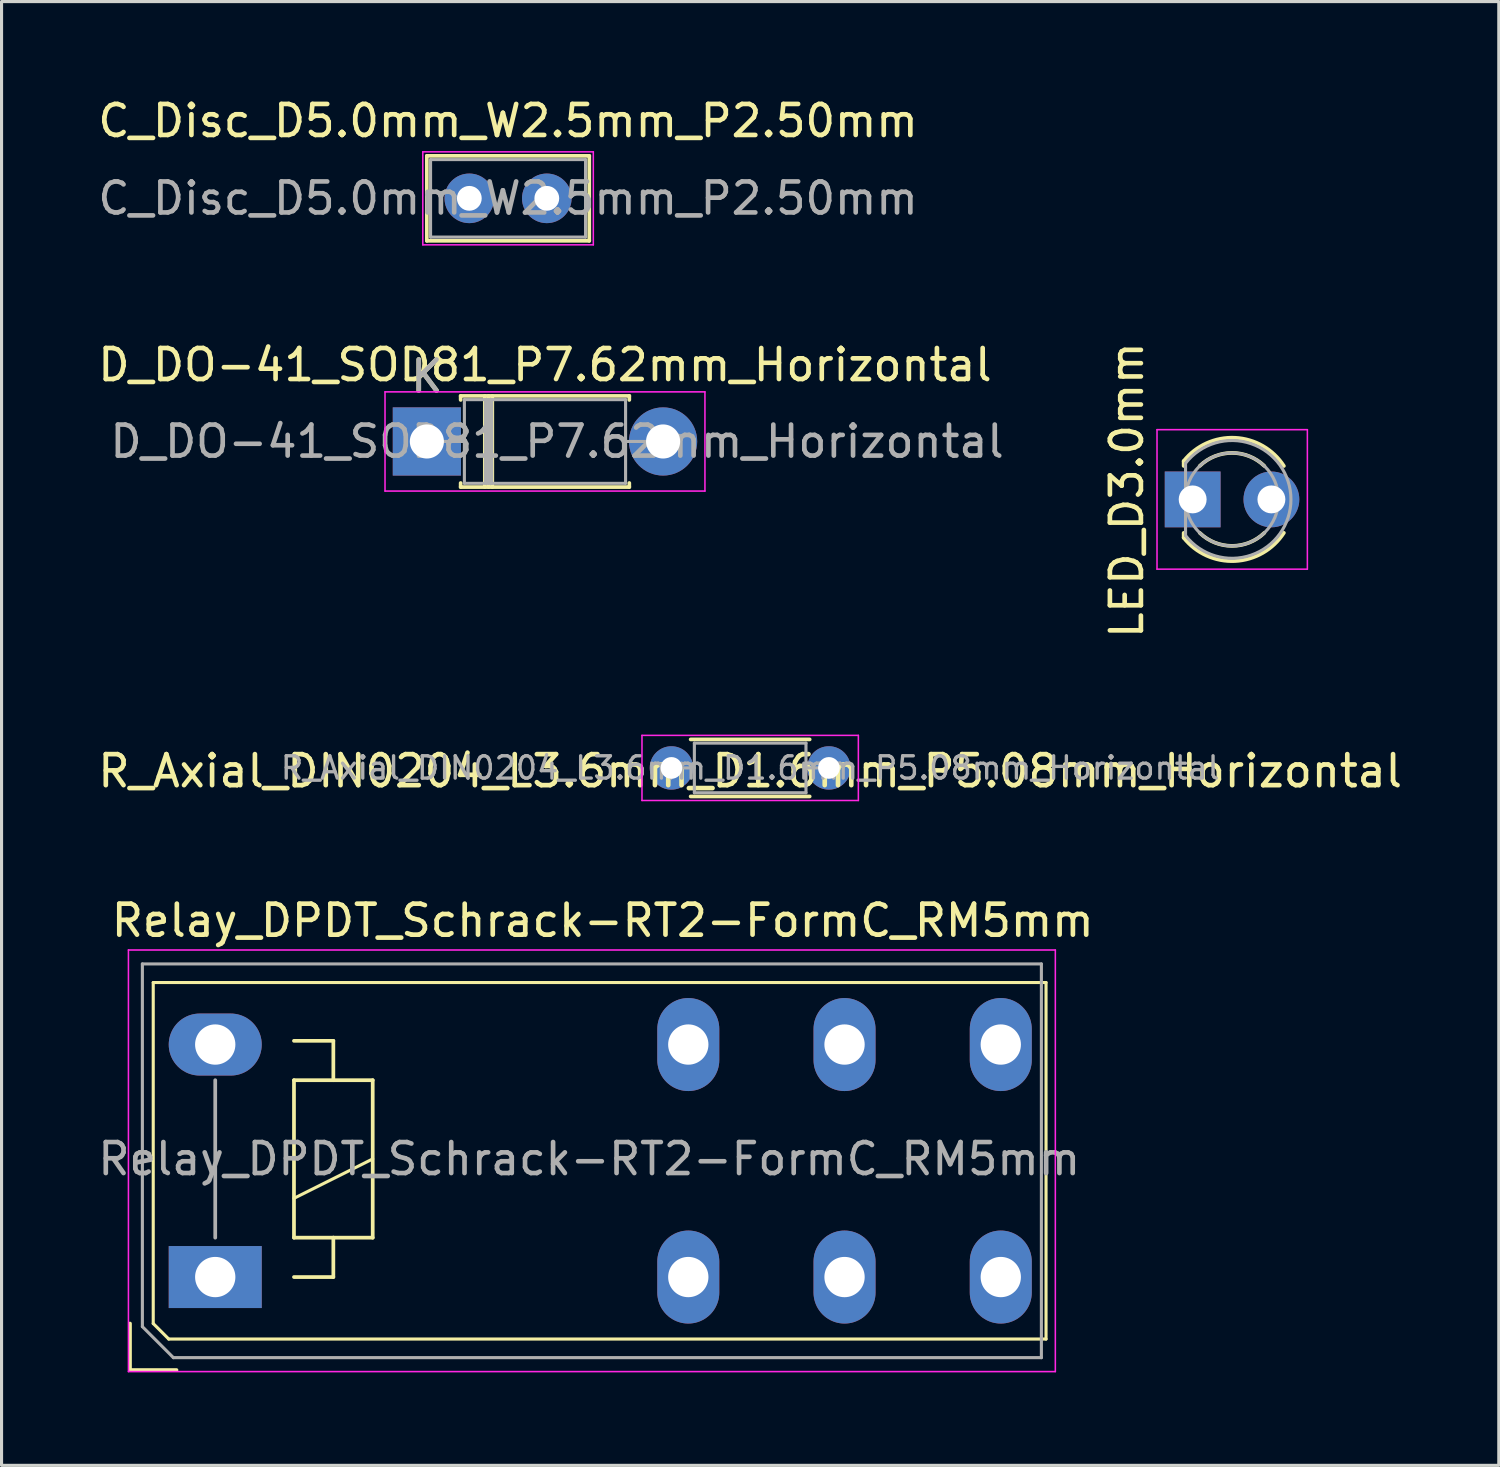
<source format=kicad_pcb>
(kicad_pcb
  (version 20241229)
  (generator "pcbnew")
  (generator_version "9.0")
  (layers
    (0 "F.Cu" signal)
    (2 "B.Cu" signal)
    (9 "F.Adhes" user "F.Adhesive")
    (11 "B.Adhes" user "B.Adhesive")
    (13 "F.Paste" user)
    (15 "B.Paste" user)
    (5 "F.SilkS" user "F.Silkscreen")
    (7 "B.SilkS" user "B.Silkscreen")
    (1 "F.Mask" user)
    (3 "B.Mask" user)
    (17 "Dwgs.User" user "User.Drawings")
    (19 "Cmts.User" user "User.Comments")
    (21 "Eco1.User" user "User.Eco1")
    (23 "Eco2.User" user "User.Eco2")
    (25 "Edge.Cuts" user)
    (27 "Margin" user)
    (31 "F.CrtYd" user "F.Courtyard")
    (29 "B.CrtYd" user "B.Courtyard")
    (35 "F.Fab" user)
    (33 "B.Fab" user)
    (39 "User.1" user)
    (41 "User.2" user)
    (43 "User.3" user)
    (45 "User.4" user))
  (footprint "C_Disc_D5.0mm_W2.5mm_P2.50mm"
    (layer "F.Cu")
    (at 12.089 3.348)
    (property "Reference" "C_Disc_D5.0mm_W2.5mm_P2.50mm" (at 1.25 -2.5 0) (layer "F.SilkS") (effects (font (size 1 1) (thickness 0.15))))
    (attr through_hole)
    (fp_line (start -1.37 -1.37) (end -1.37 1.37) (stroke (width 0.12) (type solid)) (layer "F.SilkS"))
    (fp_line (start -1.37 -1.37) (end 3.87 -1.37) (stroke (width 0.12) (type solid)) (layer "F.SilkS"))
    (fp_line (start -1.37 1.37) (end 3.87 1.37) (stroke (width 0.12) (type solid)) (layer "F.SilkS"))
    (fp_line (start 3.87 -1.37) (end 3.87 1.37) (stroke (width 0.12) (type solid)) (layer "F.SilkS"))
    (fp_line (start -1.5 -1.5) (end -1.5 1.5) (stroke (width 0.05) (type solid)) (layer "F.CrtYd"))
    (fp_line (start -1.5 1.5) (end 4 1.5) (stroke (width 0.05) (type solid)) (layer "F.CrtYd"))
    (fp_line (start 4 -1.5) (end -1.5 -1.5) (stroke (width 0.05) (type solid)) (layer "F.CrtYd"))
    (fp_line (start 4 1.5) (end 4 -1.5) (stroke (width 0.05) (type solid)) (layer "F.CrtYd"))
    (fp_line (start -1.25 -1.25) (end -1.25 1.25) (stroke (width 0.1) (type solid)) (layer "F.Fab"))
    (fp_line (start -1.25 1.25) (end 3.75 1.25) (stroke (width 0.1) (type solid)) (layer "F.Fab"))
    (fp_line (start 3.75 -1.25) (end -1.25 -1.25) (stroke (width 0.1) (type solid)) (layer "F.Fab"))
    (fp_line (start 3.75 1.25) (end 3.75 -1.25) (stroke (width 0.1) (type solid)) (layer "F.Fab"))
    (fp_text user "${REFERENCE}" (at 1.25 0 0) (layer "F.Fab") (effects (font (size 1 1) (thickness 0.15))))
    (pad "1" thru_hole circle (at 0 0 180) (size 1.6 1.6) (drill 0.8) (layers "*.Cu" "*.Mask"))
    (pad "2" thru_hole circle (at 2.5 0 180) (size 1.6 1.6) (drill 0.8) (layers "*.Cu" "*.Mask")))
  (footprint "D_DO-41_SOD81_P7.62mm_Horizontal"
    (layer "F.Cu")
    (at 10.72 11.191)
    (property "Reference" "D_DO-41_SOD81_P7.62mm_Horizontal" (at 3.81 -2.47 0) (layer "F.SilkS") (effects (font (size 1 1) (thickness 0.15))))
    (attr through_hole)
    (fp_line (start 1.09 -1.47) (end 6.53 -1.47) (stroke (width 0.12) (type solid)) (layer "F.SilkS"))
    (fp_line (start 1.09 -1.34) (end 1.09 -1.47) (stroke (width 0.12) (type solid)) (layer "F.SilkS"))
    (fp_line (start 1.09 1.34) (end 1.09 1.47) (stroke (width 0.12) (type solid)) (layer "F.SilkS"))
    (fp_line (start 1.09 1.47) (end 6.53 1.47) (stroke (width 0.12) (type solid)) (layer "F.SilkS"))
    (fp_line (start 1.87 -1.47) (end 1.87 1.47) (stroke (width 0.12) (type solid)) (layer "F.SilkS"))
    (fp_line (start 1.99 -1.47) (end 1.99 1.47) (stroke (width 0.12) (type solid)) (layer "F.SilkS"))
    (fp_line (start 2.11 -1.47) (end 2.11 1.47) (stroke (width 0.12) (type solid)) (layer "F.SilkS"))
    (fp_line (start 6.53 -1.47) (end 6.53 -1.34) (stroke (width 0.12) (type solid)) (layer "F.SilkS"))
    (fp_line (start 6.53 1.47) (end 6.53 1.34) (stroke (width 0.12) (type solid)) (layer "F.SilkS"))
    (fp_line (start -1.35 -1.6) (end -1.35 1.6) (stroke (width 0.05) (type solid)) (layer "F.CrtYd"))
    (fp_line (start -1.35 1.6) (end 8.97 1.6) (stroke (width 0.05) (type solid)) (layer "F.CrtYd"))
    (fp_line (start 8.97 -1.6) (end -1.35 -1.6) (stroke (width 0.05) (type solid)) (layer "F.CrtYd"))
    (fp_line (start 8.97 1.6) (end 8.97 -1.6) (stroke (width 0.05) (type solid)) (layer "F.CrtYd"))
    (fp_line (start 0 0) (end 1.21 0) (stroke (width 0.1) (type solid)) (layer "F.Fab"))
    (fp_line (start 1.21 -1.35) (end 1.21 1.35) (stroke (width 0.1) (type solid)) (layer "F.Fab"))
    (fp_line (start 1.21 1.35) (end 6.41 1.35) (stroke (width 0.1) (type solid)) (layer "F.Fab"))
    (fp_line (start 1.89 -1.35) (end 1.89 1.35) (stroke (width 0.1) (type solid)) (layer "F.Fab"))
    (fp_line (start 1.99 -1.35) (end 1.99 1.35) (stroke (width 0.1) (type solid)) (layer "F.Fab"))
    (fp_line (start 2.09 -1.35) (end 2.09 1.35) (stroke (width 0.1) (type solid)) (layer "F.Fab"))
    (fp_line (start 6.41 -1.35) (end 1.21 -1.35) (stroke (width 0.1) (type solid)) (layer "F.Fab"))
    (fp_line (start 6.41 1.35) (end 6.41 -1.35) (stroke (width 0.1) (type solid)) (layer "F.Fab"))
    (fp_line (start 7.62 0) (end 6.41 0) (stroke (width 0.1) (type solid)) (layer "F.Fab"))
    (fp_text user "K" (at 0 -2.1 0) (layer "F.SilkS") (effects (font (size 1 1) (thickness 0.15))))
    (fp_text user "${REFERENCE}" (at 4.2 0 0) (layer "F.Fab") (effects (font (size 1 1) (thickness 0.15))))
    (fp_text user "K" (at 0 -2.1 0) (layer "F.Fab") (effects (font (size 1 1) (thickness 0.15))))
    (pad "1" thru_hole rect (at 0 0 180) (size 2.2 2.2) (drill 1.1) (layers "*.Cu" "*.Mask"))
    (pad "2" thru_hole oval (at 7.62 0 180) (size 2.2 2.2) (drill 1.1) (layers "*.Cu" "*.Mask")))
  (footprint "LED_D3.0mm"
    (layer "F.Cu")
    (at 35.423 13.06)
    (property "Reference" "LED_D3.0mm" (at -2.125 -0.3 90) (layer "F.SilkS") (effects (font (size 1 1) (thickness 0.15))))
    (attr through_hole)
    (fp_line (start -0.29 -1.236) (end -0.29 -1.08) (stroke (width 0.12) (type solid)) (layer "F.SilkS"))
    (fp_line (start -0.29 1.08) (end -0.29 1.236) (stroke (width 0.12) (type solid)) (layer "F.SilkS"))
    (fp_arc (start -0.29 -1.235516) (mid 1.366487 -1.987659) (end 2.942335 -1.078608) (stroke (width 0.12) (type solid)) (layer "F.SilkS"))
    (fp_arc (start 0.229039 -1.08) (mid 1.270117 -1.5) (end 2.31113 -1.079837) (stroke (width 0.12) (type solid)) (layer "F.SilkS"))
    (fp_arc (start 2.31113 1.079837) (mid 1.270117 1.5) (end 0.229039 1.08) (stroke (width 0.12) (type solid)) (layer "F.SilkS"))
    (fp_arc (start 2.942335 1.078608) (mid 1.366487 1.987659) (end -0.29 1.235516) (stroke (width 0.12) (type solid)) (layer "F.SilkS"))
    (fp_line (start -1.15 -2.25) (end -1.15 2.25) (stroke (width 0.05) (type solid)) (layer "F.CrtYd"))
    (fp_line (start -1.15 2.25) (end 3.7 2.25) (stroke (width 0.05) (type solid)) (layer "F.CrtYd"))
    (fp_line (start 3.7 -2.25) (end -1.15 -2.25) (stroke (width 0.05) (type solid)) (layer "F.CrtYd"))
    (fp_line (start 3.7 2.25) (end 3.7 -2.25) (stroke (width 0.05) (type solid)) (layer "F.CrtYd"))
    (fp_line (start -0.23 -1.166) (end -0.23 1.166) (stroke (width 0.1) (type solid)) (layer "F.Fab"))
    (fp_arc (start -0.23 -1.16619) (mid 3.17 0.000452) (end -0.230555 1.165476) (stroke (width 0.1) (type solid)) (layer "F.Fab"))
    (fp_circle (center 1.27 0) (end 2.77 0) (stroke (width 0.1) (type solid)) (fill no) (layer "F.Fab"))
    (pad "1" thru_hole rect (at 0 0) (size 1.8 1.8) (drill 0.9) (layers "*.Cu" "*.Mask"))
    (pad "2" thru_hole circle (at 2.54 0) (size 1.8 1.8) (drill 0.9) (layers "*.Cu" "*.Mask")))
  (footprint "R_Axial_DIN0204_L3.6mm_D1.6mm_P5.08mm_Horizontal"
    (layer "F.Cu")
    (at 18.609 21.722)
    (property "Reference" "R_Axial_DIN0204_L3.6mm_D1.6mm_P5.08mm_Horizontal" (at 2.54 0.1 180) (layer "F.SilkS") (effects (font (size 1 1) (thickness 0.15))))
    (attr through_hole)
    (fp_line (start 0.62 -0.92) (end 4.46 -0.92) (stroke (width 0.12) (type solid)) (layer "F.SilkS"))
    (fp_line (start 0.62 0.92) (end 4.46 0.92) (stroke (width 0.12) (type solid)) (layer "F.SilkS"))
    (fp_line (start -0.95 -1.05) (end -0.95 1.05) (stroke (width 0.05) (type solid)) (layer "F.CrtYd"))
    (fp_line (start -0.95 1.05) (end 6.03 1.05) (stroke (width 0.05) (type solid)) (layer "F.CrtYd"))
    (fp_line (start 6.03 -1.05) (end -0.95 -1.05) (stroke (width 0.05) (type solid)) (layer "F.CrtYd"))
    (fp_line (start 6.03 1.05) (end 6.03 -1.05) (stroke (width 0.05) (type solid)) (layer "F.CrtYd"))
    (fp_line (start 0 0) (end 0.74 0) (stroke (width 0.1) (type solid)) (layer "F.Fab"))
    (fp_line (start 0.74 -0.8) (end 0.74 0.8) (stroke (width 0.1) (type solid)) (layer "F.Fab"))
    (fp_line (start 0.74 0.8) (end 4.34 0.8) (stroke (width 0.1) (type solid)) (layer "F.Fab"))
    (fp_line (start 4.34 -0.8) (end 0.74 -0.8) (stroke (width 0.1) (type solid)) (layer "F.Fab"))
    (fp_line (start 4.34 0.8) (end 4.34 -0.8) (stroke (width 0.1) (type solid)) (layer "F.Fab"))
    (fp_line (start 5.08 0) (end 4.34 0) (stroke (width 0.1) (type solid)) (layer "F.Fab"))
    (fp_text user "${REFERENCE}" (at 2.54 0 180) (layer "F.Fab") (effects (font (size 0.72 0.72) (thickness 0.108))))
    (pad "1" thru_hole circle (at 0 0) (size 1.4 1.4) (drill 0.7) (layers "*.Cu" "*.Mask"))
    (pad "2" thru_hole oval (at 5.08 0) (size 1.4 1.4) (drill 0.7) (layers "*.Cu" "*.Mask")))
  (footprint "Relay_DPDT_Schrack-RT2-FormC_RM5mm"
    (layer "F.Cu")
    (at 3.893 38.145)
    (property "Reference" "Relay_DPDT_Schrack-RT2-FormC_RM5mm" (at 12.5 -11.5 0) (layer "F.SilkS") (effects (font (size 1 1) (thickness 0.15))))
    (attr through_hole)
    (fp_line (start -2.75 1.5) (end -2.75 3) (stroke (width 0.12) (type solid)) (layer "F.SilkS"))
    (fp_line (start -2.75 3) (end -1.25 3) (stroke (width 0.12) (type solid)) (layer "F.SilkS"))
    (fp_line (start -2 -9.5) (end 26.8 -9.5) (stroke (width 0.1) (type default)) (layer "F.SilkS"))
    (fp_line (start -2 1.5) (end -2 -9.5) (stroke (width 0.1) (type default)) (layer "F.SilkS"))
    (fp_line (start -1.5 2) (end -2 1.5) (stroke (width 0.1) (type default)) (layer "F.SilkS"))
    (fp_line (start 2.54 -6.35) (end 2.54 -1.27) (stroke (width 0.12) (type solid)) (layer "F.SilkS"))
    (fp_line (start 2.54 -2.54) (end 5.08 -3.81) (stroke (width 0.1) (type solid)) (layer "F.SilkS"))
    (fp_line (start 2.54 -1.27) (end 3.81 -1.27) (stroke (width 0.12) (type solid)) (layer "F.SilkS"))
    (fp_line (start 2.54 0) (end 3.81 0) (stroke (width 0.12) (type solid)) (layer "F.SilkS"))
    (fp_line (start 3.81 -7.62) (end 2.54 -7.62) (stroke (width 0.12) (type solid)) (layer "F.SilkS"))
    (fp_line (start 3.81 -6.35) (end 3.81 -7.62) (stroke (width 0.12) (type solid)) (layer "F.SilkS"))
    (fp_line (start 3.81 -1.27) (end 5.08 -1.27) (stroke (width 0.12) (type solid)) (layer "F.SilkS"))
    (fp_line (start 3.81 0) (end 3.81 -1.27) (stroke (width 0.12) (type solid)) (layer "F.SilkS"))
    (fp_line (start 5.08 -6.35) (end 2.54 -6.35) (stroke (width 0.12) (type solid)) (layer "F.SilkS"))
    (fp_line (start 5.08 -1.27) (end 5.08 -6.35) (stroke (width 0.12) (type solid)) (layer "F.SilkS"))
    (fp_line (start 26.8 -9.5) (end 26.8 2) (stroke (width 0.1) (type default)) (layer "F.SilkS"))
    (fp_line (start 26.8 2) (end -1.5 2) (stroke (width 0.1) (type default)) (layer "F.SilkS"))
    (fp_line (start -2.8 -10.55) (end -2.8 3.05) (stroke (width 0.05) (type solid)) (layer "F.CrtYd"))
    (fp_line (start -2.8 3.05) (end 27.1 3.05) (stroke (width 0.05) (type solid)) (layer "F.CrtYd"))
    (fp_line (start 27.1 -10.55) (end -2.8 -10.55) (stroke (width 0.05) (type solid)) (layer "F.CrtYd"))
    (fp_line (start 27.1 3.05) (end 27.1 -10.55) (stroke (width 0.05) (type solid)) (layer "F.CrtYd"))
    (fp_line (start -2.35 -10.1) (end -2.35 1.6) (stroke (width 0.1) (type solid)) (layer "F.Fab"))
    (fp_line (start -2.35 1.6) (end -1.35 2.6) (stroke (width 0.1) (type solid)) (layer "F.Fab"))
    (fp_line (start -1.35 2.6) (end 26.65 2.6) (stroke (width 0.1) (type solid)) (layer "F.Fab"))
    (fp_line (start 0 -1.27) (end 0 -6.35) (stroke (width 0.12) (type solid)) (layer "F.Fab"))
    (fp_line (start 26.65 -10.1) (end -2.35 -10.1) (stroke (width 0.1) (type solid)) (layer "F.Fab"))
    (fp_line (start 26.65 2.6) (end 26.65 -10.1) (stroke (width 0.1) (type solid)) (layer "F.Fab"))
    (fp_text user "${REFERENCE}" (at 12.065 -3.81 0) (layer "F.Fab") (effects (font (size 1 1) (thickness 0.15))))
    (pad "11" thru_hole oval (at 20.3 0) (size 2 3) (drill 1.3) (layers "*.Cu" "*.Mask"))
    (pad "12" thru_hole oval (at 15.26 0) (size 2 3) (drill 1.3) (layers "*.Cu" "*.Mask"))
    (pad "14" thru_hole oval (at 25.34 0) (size 2 3) (drill 1.3) (layers "*.Cu" "*.Mask"))
    (pad "21" thru_hole oval (at 20.3 -7.5) (size 2 3) (drill 1.3) (layers "*.Cu" "*.Mask"))
    (pad "22" thru_hole oval (at 15.26 -7.5) (size 2 3) (drill 1.3) (layers "*.Cu" "*.Mask"))
    (pad "24" thru_hole oval (at 25.34 -7.5) (size 2 3) (drill 1.3) (layers "*.Cu" "*.Mask"))
    (pad "A1" thru_hole rect (at 0 0) (size 3 2) (drill 1.3) (layers "*.Cu" "*.Mask"))
    (pad "A2" thru_hole oval (at 0 -7.5) (size 3 2) (drill 1.3) (layers "*.Cu" "*.Mask")))
  (gr_rect
    (start -3 -3)
    (end 45.298 44.22)
    (stroke (width 0.1) (type default))
    (fill no)
    (layer "Edge.Cuts")))
</source>
